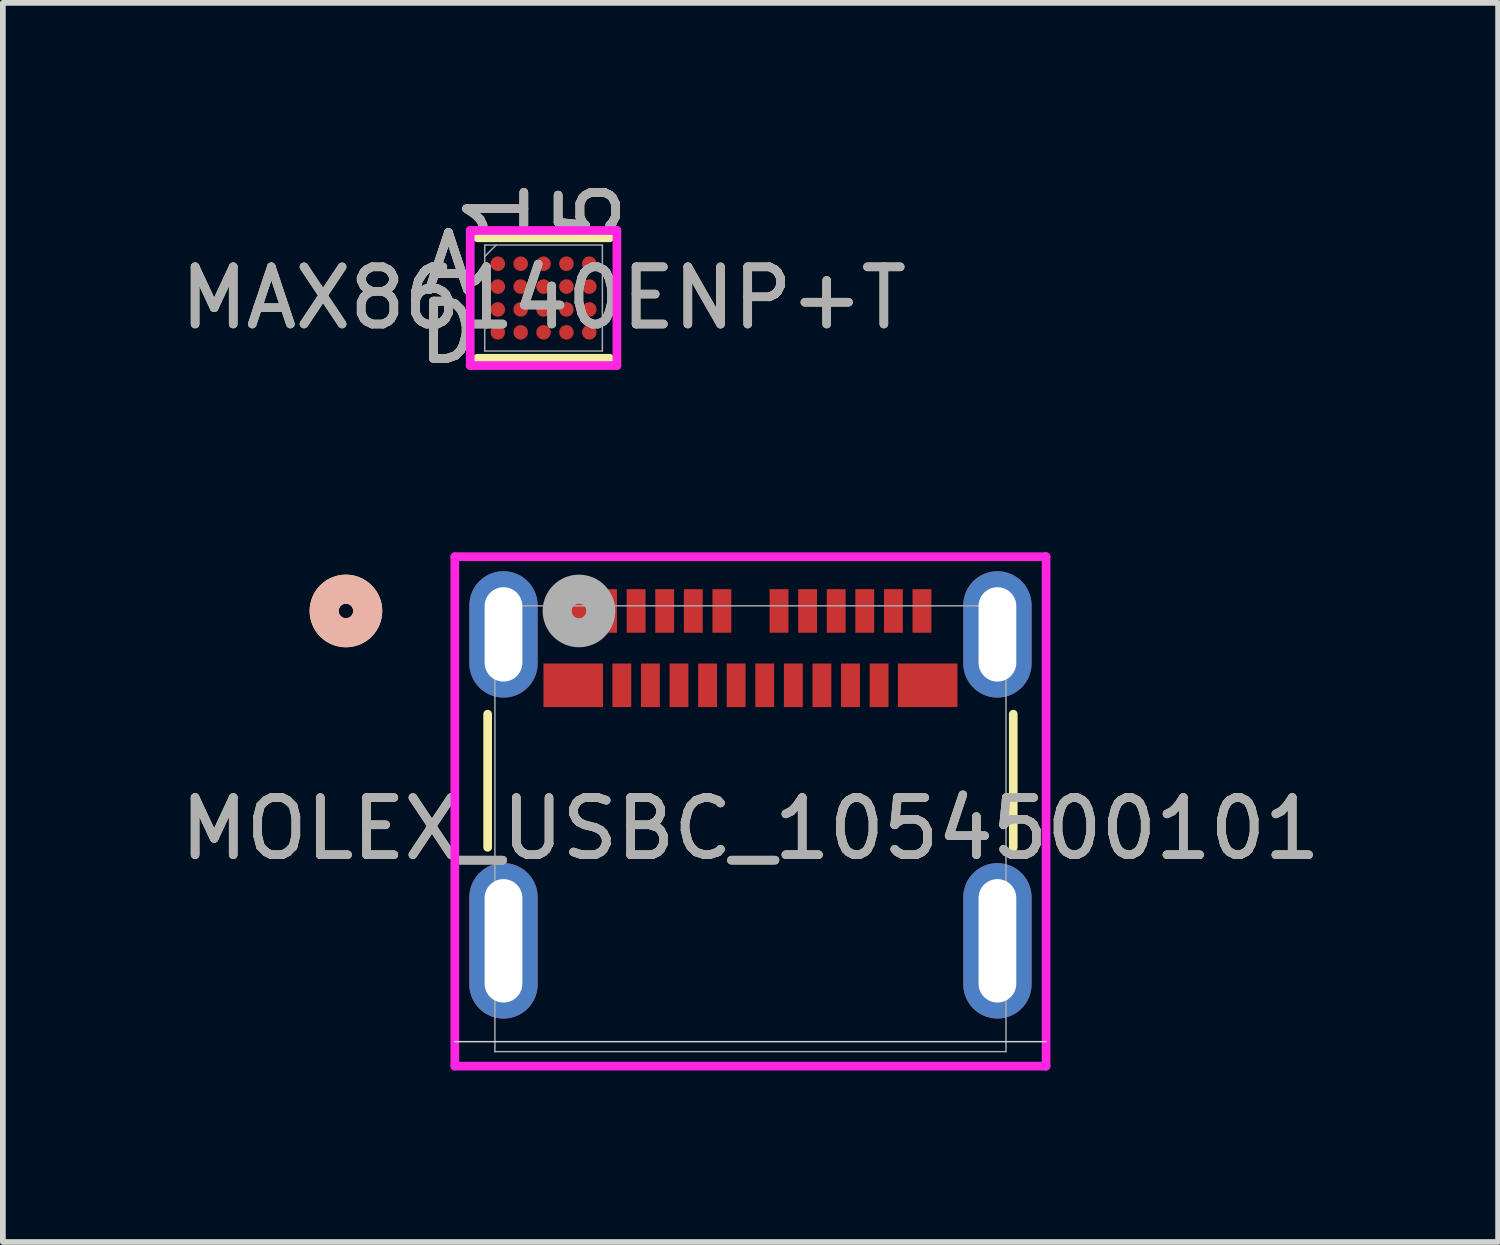
<source format=kicad_pcb>
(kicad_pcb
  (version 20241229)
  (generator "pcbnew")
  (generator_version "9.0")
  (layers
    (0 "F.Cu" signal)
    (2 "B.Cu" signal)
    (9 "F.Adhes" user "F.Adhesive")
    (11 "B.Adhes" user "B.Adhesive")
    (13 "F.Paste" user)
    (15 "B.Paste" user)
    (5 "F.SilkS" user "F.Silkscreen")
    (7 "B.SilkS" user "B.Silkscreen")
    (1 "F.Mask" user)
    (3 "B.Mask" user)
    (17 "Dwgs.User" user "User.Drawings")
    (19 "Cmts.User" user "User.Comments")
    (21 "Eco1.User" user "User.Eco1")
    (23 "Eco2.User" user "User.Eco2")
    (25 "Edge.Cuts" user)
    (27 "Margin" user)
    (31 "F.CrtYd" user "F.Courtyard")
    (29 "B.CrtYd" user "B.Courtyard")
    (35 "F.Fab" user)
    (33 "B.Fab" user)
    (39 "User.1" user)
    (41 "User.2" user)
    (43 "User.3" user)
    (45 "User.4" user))
  (footprint "MOLEX_USBC_1054500101"
    (layer "F.Cu")
    (at 10.077 11.446)
    (property "Reference" "MOLEX_USBC_1054500101" (at 0 0 0) (unlocked yes) (layer "F.SilkS") (effects (font (size 1 1) (thickness 0.15))))
    (attr smd)
    (fp_poly (pts (xy -4.917 1.199) (xy -4.917 2.723) (xy -4.905 2.84) (xy -4.871 2.952) (xy -4.816 3.055) (xy -4.742 3.145) (xy -4.652 3.219) (xy -4.548 3.275) (xy -4.436 3.309) (xy -4.32 3.32) (xy -4.204 3.309) (xy -4.092 3.275) (xy -3.988 3.219) (xy -3.898 3.145) (xy -3.824 3.055) (xy -3.769 2.952) (xy -3.735 2.84) (xy -3.723 2.723) (xy -3.723 1.199) (xy -3.735 1.083) (xy -3.769 0.971) (xy -3.824 0.867) (xy -3.898 0.777) (xy -3.988 0.703) (xy -4.092 0.648) (xy -4.204 0.614) (xy -4.32 0.602) (xy -4.436 0.614) (xy -4.548 0.648) (xy -4.652 0.703) (xy -4.742 0.777) (xy -4.816 0.867) (xy -4.871 0.971) (xy -4.905 1.083)) (stroke (width 0) (type solid)) (fill yes) (layer "F.Cu"))
    (fp_line (start -4.597 -2.004) (end -4.597 0.325) (stroke (width 0.152) (type solid)) (layer "F.SilkS"))
    (fp_line (start 4.597 0.325) (end 4.597 -2.004) (stroke (width 0.152) (type solid)) (layer "F.SilkS"))
    (fp_circle (center -7.076 -3.809) (end -6.695 -3.809) (stroke (width 0.508) (type solid)) (fill no) (layer "F.SilkS"))
    (fp_circle (center -7.076 -3.809) (end -6.695 -3.809) (stroke (width 0.508) (type solid)) (fill no) (layer "B.SilkS"))
    (fp_line (start -5.171 3.725) (end 5.171 3.725) (stroke (width 0.025) (type solid)) (layer "Edge.Cuts"))
    (fp_line (start -5.171 -4.758) (end -5.171 4.153) (stroke (width 0.152) (type solid)) (layer "F.CrtYd"))
    (fp_line (start -5.171 4.153) (end 5.171 4.153) (stroke (width 0.152) (type solid)) (layer "F.CrtYd"))
    (fp_line (start 5.171 -4.758) (end -5.171 -4.758) (stroke (width 0.152) (type solid)) (layer "F.CrtYd"))
    (fp_line (start 5.171 4.153) (end 5.171 -4.758) (stroke (width 0.152) (type solid)) (layer "F.CrtYd"))
    (fp_line (start -4.47 -3.899) (end -4.47 3.899) (stroke (width 0.025) (type solid)) (layer "F.Fab"))
    (fp_line (start -4.47 3.899) (end 4.47 3.899) (stroke (width 0.025) (type solid)) (layer "F.Fab"))
    (fp_line (start 4.47 -3.899) (end -4.47 -3.899) (stroke (width 0.025) (type solid)) (layer "F.Fab"))
    (fp_line (start 4.47 3.899) (end 4.47 -3.899) (stroke (width 0.025) (type solid)) (layer "F.Fab"))
    (fp_circle (center -3 -3.809) (end -2.619 -3.809) (stroke (width 0.508) (type solid)) (fill no) (layer "F.Fab"))
    (fp_text user "${REFERENCE}" (at 0 0 0) (unlocked yes) (layer "F.Fab") (effects (font (size 1 1) (thickness 0.15))))
    (pad "" np_thru_hole oval (at -4.32 -3.399 90) (size 2.21 1.194) (drill oval 1.651 0.66) (layers "*.Cu" "*.Mask"))
    (pad "" np_thru_hole oval (at -4.32 1.961 90) (size 2.718 1.194) (drill oval 2.159 0.66) (layers "*.Cu" "*.Mask"))
    (pad "" np_thru_hole oval (at 4.32 -3.399 90) (size 2.21 1.194) (drill oval 1.651 0.66) (layers "*.Cu" "*.Mask"))
    (pad "" np_thru_hole oval (at 4.32 1.961 90) (size 2.718 1.194) (drill oval 2.159 0.66) (layers "*.Cu" "*.Mask"))
    (pad "A1" smd rect (at -3 -3.809) (size 0.33 0.762) (layers "F.Cu" "F.Mask" "F.Paste"))
    (pad "A2" smd rect (at -2.5 -3.809) (size 0.33 0.762) (layers "F.Cu" "F.Mask" "F.Paste"))
    (pad "A3" smd rect (at -2 -3.809) (size 0.33 0.762) (layers "F.Cu" "F.Mask" "F.Paste"))
    (pad "A4" smd rect (at -1.5 -3.809) (size 0.33 0.762) (layers "F.Cu" "F.Mask" "F.Paste"))
    (pad "A5" smd rect (at -1 -3.809) (size 0.33 0.762) (layers "F.Cu" "F.Mask" "F.Paste"))
    (pad "A6" smd rect (at -0.5 -3.809) (size 0.33 0.762) (layers "F.Cu" "F.Mask" "F.Paste"))
    (pad "A7" smd rect (at 0.5 -3.809) (size 0.33 0.762) (layers "F.Cu" "F.Mask" "F.Paste"))
    (pad "A8" smd rect (at 1 -3.809) (size 0.33 0.762) (layers "F.Cu" "F.Mask" "F.Paste"))
    (pad "A9" smd rect (at 1.5 -3.809) (size 0.33 0.762) (layers "F.Cu" "F.Mask" "F.Paste"))
    (pad "A10" smd rect (at 2 -3.809) (size 0.33 0.762) (layers "F.Cu" "F.Mask" "F.Paste"))
    (pad "A11" smd rect (at 2.5 -3.809) (size 0.33 0.762) (layers "F.Cu" "F.Mask" "F.Paste"))
    (pad "A12" smd rect (at 3 -3.809) (size 0.33 0.762) (layers "F.Cu" "F.Mask" "F.Paste"))
    (pad "B1" smd rect (at 3.1 -2.509) (size 1.041 0.762) (layers "F.Cu" "F.Mask" "F.Paste"))
    (pad "B2" smd rect (at 2.25 -2.509) (size 0.33 0.762) (layers "F.Cu" "F.Mask" "F.Paste"))
    (pad "B3" smd rect (at 1.75 -2.509) (size 0.33 0.762) (layers "F.Cu" "F.Mask" "F.Paste"))
    (pad "B4" smd rect (at 1.25 -2.509) (size 0.33 0.762) (layers "F.Cu" "F.Mask" "F.Paste"))
    (pad "B5" smd rect (at 0.75 -2.509) (size 0.33 0.762) (layers "F.Cu" "F.Mask" "F.Paste"))
    (pad "B6" smd rect (at 0.25 -2.509) (size 0.33 0.762) (layers "F.Cu" "F.Mask" "F.Paste"))
    (pad "B7" smd rect (at -0.25 -2.509) (size 0.33 0.762) (layers "F.Cu" "F.Mask" "F.Paste"))
    (pad "B8" smd rect (at -0.75 -2.509) (size 0.33 0.762) (layers "F.Cu" "F.Mask" "F.Paste"))
    (pad "B9" smd rect (at -1.25 -2.509) (size 0.33 0.762) (layers "F.Cu" "F.Mask" "F.Paste"))
    (pad "B10" smd rect (at -1.75 -2.509) (size 0.33 0.762) (layers "F.Cu" "F.Mask" "F.Paste"))
    (pad "B11" smd rect (at -2.25 -2.509) (size 0.33 0.762) (layers "F.Cu" "F.Mask" "F.Paste"))
    (pad "B12" smd rect (at -3.1 -2.509) (size 1.041 0.762) (layers "F.Cu" "F.Mask" "F.Paste"))
    (zone (net_name "") (layer "F.Cu") (hatch full 0.508) (connect_pads) (min_thickness 0.254) (filled_areas_thickness no) (keepout (tracks not_allowed) (vias not_allowed) (pads allowed) (copperpour not_allowed) (footprints allowed)) (placement (enabled no)) (fill) (polygon (pts (xy 6.572 9.532) (xy 13.583 9.532) (xy 13.583 15.171) (xy 6.572 15.171)))))
  (footprint "MAX86140ENP+T"
    (layer "F.Cu")
    (at 6.458 2.163)
    (property "Reference" "MAX86140ENP+T" (at 0 0 0) (unlocked yes) (layer "F.SilkS") (effects (font (size 1 1) (thickness 0.15))))
    (attr smd)
    (fp_line (start -1.156 1.054) (end 1.156 1.054) (stroke (width 0.152) (type solid)) (layer "F.SilkS"))
    (fp_line (start 1.156 -1.054) (end -1.156 -1.054) (stroke (width 0.152) (type solid)) (layer "F.SilkS"))
    (fp_poly (pts (xy -1.444 -1.244) (xy 1.444 -1.244) (xy 1.444 1.244) (xy -1.444 1.244)) (stroke (width 0.1) (type solid)) (fill no) (layer "Eco2.User"))
    (fp_line (start -1.283 -1.181) (end 1.283 -1.181) (stroke (width 0.152) (type solid)) (layer "F.CrtYd"))
    (fp_line (start -1.283 1.181) (end -1.283 -1.181) (stroke (width 0.152) (type solid)) (layer "F.CrtYd"))
    (fp_line (start 1.283 -1.181) (end 1.283 1.181) (stroke (width 0.152) (type solid)) (layer "F.CrtYd"))
    (fp_line (start 1.283 1.181) (end -1.283 1.181) (stroke (width 0.152) (type solid)) (layer "F.CrtYd"))
    (fp_line (start -1.029 -0.927) (end -1.029 0.927) (stroke (width 0.025) (type solid)) (layer "F.Fab"))
    (fp_line (start -1.029 0.927) (end 1.029 0.927) (stroke (width 0.025) (type solid)) (layer "F.Fab"))
    (fp_line (start -0.829 -0.927) (end -1.029 -0.727) (stroke (width 0.025) (type solid)) (layer "F.Fab"))
    (fp_line (start 1.029 -0.927) (end -1.029 -0.927) (stroke (width 0.025) (type solid)) (layer "F.Fab"))
    (fp_line (start 1.029 0.927) (end 1.029 -0.927) (stroke (width 0.025) (type solid)) (layer "F.Fab"))
    (fp_text user "1" (at -0.8 -1.562 90) (unlocked yes) (layer "F.SilkS") (effects (font (size 1 1) (thickness 0.15))))
    (fp_text user "A" (at -1.664 -0.6 0) (unlocked yes) (layer "F.SilkS") (effects (font (size 1 1) (thickness 0.15))))
    (fp_text user "5" (at 0.8 -1.562 90) (unlocked yes) (layer "F.SilkS") (effects (font (size 1 1) (thickness 0.15))))
    (fp_text user "D" (at -1.664 0.6 0) (unlocked yes) (layer "F.SilkS") (effects (font (size 1 1) (thickness 0.15))))
    (fp_text user "1" (at -0.8 -1.562 90) (unlocked yes) (layer "B.SilkS") (effects (font (size 1 1) (thickness 0.15))))
    (fp_text user "A" (at -1.664 -0.6 0) (unlocked yes) (layer "B.SilkS") (effects (font (size 1 1) (thickness 0.15))))
    (fp_text user "5" (at 0.8 -1.562 90) (unlocked yes) (layer "B.SilkS") (effects (font (size 1 1) (thickness 0.15))))
    (fp_text user "D" (at -1.664 0.6 0) (unlocked yes) (layer "B.SilkS") (effects (font (size 1 1) (thickness 0.15))))
    (fp_text user "${REFERENCE}" (at 0 0 0) (unlocked yes) (layer "F.Fab") (effects (font (size 1 1) (thickness 0.15))))
    (fp_text user "1" (at -0.8 -1.562 90) (unlocked yes) (layer "F.Fab") (effects (font (size 1 1) (thickness 0.15))))
    (fp_text user "A" (at -1.664 -0.6 0) (unlocked yes) (layer "F.Fab") (effects (font (size 1 1) (thickness 0.15))))
    (fp_text user "5" (at 0.8 -1.562 90) (unlocked yes) (layer "F.Fab") (effects (font (size 1 1) (thickness 0.15))))
    (fp_text user "D" (at -1.664 0.6 0) (unlocked yes) (layer "F.Fab") (effects (font (size 1 1) (thickness 0.15))))
    (pad "A1" smd circle (at -0.8 -0.6) (size 0.254 0.254) (layers "F.Cu" "F.Mask" "F.Paste"))
    (pad "A2" smd circle (at -0.4 -0.6) (size 0.254 0.254) (layers "F.Cu" "F.Mask" "F.Paste"))
    (pad "A3" smd circle (at 0 -0.6) (size 0.254 0.254) (layers "F.Cu" "F.Mask" "F.Paste"))
    (pad "A4" smd circle (at 0.4 -0.6) (size 0.254 0.254) (layers "F.Cu" "F.Mask" "F.Paste"))
    (pad "A5" smd circle (at 0.8 -0.6) (size 0.254 0.254) (layers "F.Cu" "F.Mask" "F.Paste"))
    (pad "B1" smd circle (at -0.8 -0.2) (size 0.254 0.254) (layers "F.Cu" "F.Mask" "F.Paste"))
    (pad "B2" smd circle (at -0.4 -0.2) (size 0.254 0.254) (layers "F.Cu" "F.Mask" "F.Paste"))
    (pad "B3" smd circle (at 0 -0.2) (size 0.254 0.254) (layers "F.Cu" "F.Mask" "F.Paste"))
    (pad "B4" smd circle (at 0.4 -0.2) (size 0.254 0.254) (layers "F.Cu" "F.Mask" "F.Paste"))
    (pad "B5" smd circle (at 0.8 -0.2) (size 0.254 0.254) (layers "F.Cu" "F.Mask" "F.Paste"))
    (pad "C1" smd circle (at -0.8 0.2) (size 0.254 0.254) (layers "F.Cu" "F.Mask" "F.Paste"))
    (pad "C2" smd circle (at -0.4 0.2) (size 0.254 0.254) (layers "F.Cu" "F.Mask" "F.Paste"))
    (pad "C3" smd circle (at 0 0.2) (size 0.254 0.254) (layers "F.Cu" "F.Mask" "F.Paste"))
    (pad "C4" smd circle (at 0.4 0.2) (size 0.254 0.254) (layers "F.Cu" "F.Mask" "F.Paste"))
    (pad "C5" smd circle (at 0.8 0.2) (size 0.254 0.254) (layers "F.Cu" "F.Mask" "F.Paste"))
    (pad "D1" smd circle (at -0.8 0.6) (size 0.254 0.254) (layers "F.Cu" "F.Mask" "F.Paste"))
    (pad "D2" smd circle (at -0.4 0.6) (size 0.254 0.254) (layers "F.Cu" "F.Mask" "F.Paste"))
    (pad "D3" smd circle (at 0 0.6) (size 0.254 0.254) (layers "F.Cu" "F.Mask" "F.Paste"))
    (pad "D4" smd circle (at 0.4 0.6) (size 0.254 0.254) (layers "F.Cu" "F.Mask" "F.Paste"))
    (pad "D5" smd circle (at 0.8 0.6) (size 0.254 0.254) (layers "F.Cu" "F.Mask" "F.Paste")))
  (gr_rect
    (start -3 -3)
    (end 23.155 18.675)
    (stroke (width 0.1) (type default))
    (fill no)
    (layer "Edge.Cuts")))
</source>
